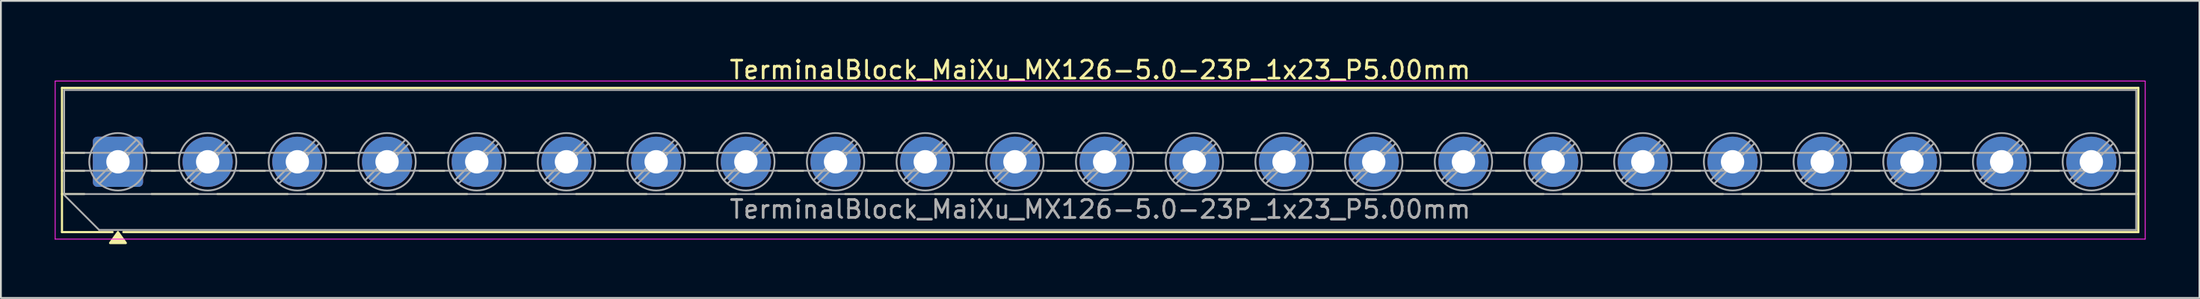
<source format=kicad_pcb>
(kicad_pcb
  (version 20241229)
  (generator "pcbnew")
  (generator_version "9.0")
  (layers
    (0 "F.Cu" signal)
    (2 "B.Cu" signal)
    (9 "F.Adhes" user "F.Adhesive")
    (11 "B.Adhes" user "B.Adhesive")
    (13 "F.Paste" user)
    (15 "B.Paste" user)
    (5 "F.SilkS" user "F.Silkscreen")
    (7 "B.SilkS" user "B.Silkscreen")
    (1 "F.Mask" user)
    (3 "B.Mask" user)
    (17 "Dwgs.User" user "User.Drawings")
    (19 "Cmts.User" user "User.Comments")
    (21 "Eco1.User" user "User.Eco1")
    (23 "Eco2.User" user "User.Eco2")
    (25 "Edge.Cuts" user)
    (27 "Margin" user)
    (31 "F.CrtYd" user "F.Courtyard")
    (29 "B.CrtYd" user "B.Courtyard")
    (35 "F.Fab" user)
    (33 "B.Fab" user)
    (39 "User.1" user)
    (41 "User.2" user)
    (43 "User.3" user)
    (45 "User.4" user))
  (footprint "TerminalBlock_MaiXu_MX126-5.0-23P_1x23_P5.00mm"
    (layer "F.Cu")
    (at 3.525 5.968)
    (property "Reference" "TerminalBlock_MaiXu_MX126-5.0-23P_1x23_P5.00mm" (at 54.75 -5.12 0) (layer "F.SilkS") (effects (font (size 1 1) (thickness 0.15))))
    (attr through_hole)
    (fp_line (start -3.12 -4.12) (end 112.62 -4.12) (stroke (width 0.12) (type solid)) (layer "F.SilkS"))
    (fp_line (start -3.12 -0.5) (end -1.88 -0.5) (stroke (width 0.12) (type solid)) (layer "F.SilkS"))
    (fp_line (start -3.12 0.5) (end -1.88 0.5) (stroke (width 0.12) (type solid)) (layer "F.SilkS"))
    (fp_line (start -3.12 1.8) (end -1.88 1.8) (stroke (width 0.12) (type solid)) (layer "F.SilkS"))
    (fp_line (start -3.12 3.92) (end -3.12 -4.12) (stroke (width 0.12) (type solid)) (layer "F.SilkS"))
    (fp_line (start -0.3 3.92) (end -3.12 3.92) (stroke (width 0.12) (type solid)) (layer "F.SilkS"))
    (fp_line (start 1.88 -0.5) (end 3.188 -0.5) (stroke (width 0.12) (type solid)) (layer "F.SilkS"))
    (fp_line (start 1.88 0.5) (end 3.188 0.5) (stroke (width 0.12) (type solid)) (layer "F.SilkS"))
    (fp_line (start 1.88 1.8) (end 4.457 1.8) (stroke (width 0.12) (type solid)) (layer "F.SilkS"))
    (fp_line (start 5.543 1.8) (end 9.457 1.8) (stroke (width 0.12) (type solid)) (layer "F.SilkS"))
    (fp_line (start 6.812 -0.5) (end 8.188 -0.5) (stroke (width 0.12) (type solid)) (layer "F.SilkS"))
    (fp_line (start 6.812 0.5) (end 8.188 0.5) (stroke (width 0.12) (type solid)) (layer "F.SilkS"))
    (fp_line (start 10.543 1.8) (end 14.457 1.8) (stroke (width 0.12) (type solid)) (layer "F.SilkS"))
    (fp_line (start 11.812 -0.5) (end 13.188 -0.5) (stroke (width 0.12) (type solid)) (layer "F.SilkS"))
    (fp_line (start 11.812 0.5) (end 13.188 0.5) (stroke (width 0.12) (type solid)) (layer "F.SilkS"))
    (fp_line (start 15.543 1.8) (end 19.457 1.8) (stroke (width 0.12) (type solid)) (layer "F.SilkS"))
    (fp_line (start 16.812 -0.5) (end 18.188 -0.5) (stroke (width 0.12) (type solid)) (layer "F.SilkS"))
    (fp_line (start 16.812 0.5) (end 18.188 0.5) (stroke (width 0.12) (type solid)) (layer "F.SilkS"))
    (fp_line (start 20.543 1.8) (end 24.457 1.8) (stroke (width 0.12) (type solid)) (layer "F.SilkS"))
    (fp_line (start 21.812 -0.5) (end 23.188 -0.5) (stroke (width 0.12) (type solid)) (layer "F.SilkS"))
    (fp_line (start 21.812 0.5) (end 23.188 0.5) (stroke (width 0.12) (type solid)) (layer "F.SilkS"))
    (fp_line (start 25.543 1.8) (end 29.457 1.8) (stroke (width 0.12) (type solid)) (layer "F.SilkS"))
    (fp_line (start 26.812 -0.5) (end 28.188 -0.5) (stroke (width 0.12) (type solid)) (layer "F.SilkS"))
    (fp_line (start 26.812 0.5) (end 28.188 0.5) (stroke (width 0.12) (type solid)) (layer "F.SilkS"))
    (fp_line (start 30.543 1.8) (end 34.457 1.8) (stroke (width 0.12) (type solid)) (layer "F.SilkS"))
    (fp_line (start 31.812 -0.5) (end 33.188 -0.5) (stroke (width 0.12) (type solid)) (layer "F.SilkS"))
    (fp_line (start 31.812 0.5) (end 33.188 0.5) (stroke (width 0.12) (type solid)) (layer "F.SilkS"))
    (fp_line (start 35.543 1.8) (end 39.457 1.8) (stroke (width 0.12) (type solid)) (layer "F.SilkS"))
    (fp_line (start 36.812 -0.5) (end 38.188 -0.5) (stroke (width 0.12) (type solid)) (layer "F.SilkS"))
    (fp_line (start 36.812 0.5) (end 38.188 0.5) (stroke (width 0.12) (type solid)) (layer "F.SilkS"))
    (fp_line (start 40.543 1.8) (end 44.457 1.8) (stroke (width 0.12) (type solid)) (layer "F.SilkS"))
    (fp_line (start 41.812 -0.5) (end 43.188 -0.5) (stroke (width 0.12) (type solid)) (layer "F.SilkS"))
    (fp_line (start 41.812 0.5) (end 43.188 0.5) (stroke (width 0.12) (type solid)) (layer "F.SilkS"))
    (fp_line (start 45.543 1.8) (end 49.457 1.8) (stroke (width 0.12) (type solid)) (layer "F.SilkS"))
    (fp_line (start 46.812 -0.5) (end 48.188 -0.5) (stroke (width 0.12) (type solid)) (layer "F.SilkS"))
    (fp_line (start 46.812 0.5) (end 48.188 0.5) (stroke (width 0.12) (type solid)) (layer "F.SilkS"))
    (fp_line (start 50.543 1.8) (end 54.457 1.8) (stroke (width 0.12) (type solid)) (layer "F.SilkS"))
    (fp_line (start 51.812 -0.5) (end 53.188 -0.5) (stroke (width 0.12) (type solid)) (layer "F.SilkS"))
    (fp_line (start 51.812 0.5) (end 53.188 0.5) (stroke (width 0.12) (type solid)) (layer "F.SilkS"))
    (fp_line (start 55.543 1.8) (end 59.457 1.8) (stroke (width 0.12) (type solid)) (layer "F.SilkS"))
    (fp_line (start 56.812 -0.5) (end 58.188 -0.5) (stroke (width 0.12) (type solid)) (layer "F.SilkS"))
    (fp_line (start 56.812 0.5) (end 58.188 0.5) (stroke (width 0.12) (type solid)) (layer "F.SilkS"))
    (fp_line (start 60.543 1.8) (end 64.457 1.8) (stroke (width 0.12) (type solid)) (layer "F.SilkS"))
    (fp_line (start 61.812 -0.5) (end 63.188 -0.5) (stroke (width 0.12) (type solid)) (layer "F.SilkS"))
    (fp_line (start 61.812 0.5) (end 63.188 0.5) (stroke (width 0.12) (type solid)) (layer "F.SilkS"))
    (fp_line (start 65.543 1.8) (end 69.457 1.8) (stroke (width 0.12) (type solid)) (layer "F.SilkS"))
    (fp_line (start 66.812 -0.5) (end 68.188 -0.5) (stroke (width 0.12) (type solid)) (layer "F.SilkS"))
    (fp_line (start 66.812 0.5) (end 68.188 0.5) (stroke (width 0.12) (type solid)) (layer "F.SilkS"))
    (fp_line (start 70.543 1.8) (end 74.457 1.8) (stroke (width 0.12) (type solid)) (layer "F.SilkS"))
    (fp_line (start 71.812 -0.5) (end 73.188 -0.5) (stroke (width 0.12) (type solid)) (layer "F.SilkS"))
    (fp_line (start 71.812 0.5) (end 73.188 0.5) (stroke (width 0.12) (type solid)) (layer "F.SilkS"))
    (fp_line (start 75.543 1.8) (end 79.457 1.8) (stroke (width 0.12) (type solid)) (layer "F.SilkS"))
    (fp_line (start 76.812 -0.5) (end 78.188 -0.5) (stroke (width 0.12) (type solid)) (layer "F.SilkS"))
    (fp_line (start 76.812 0.5) (end 78.188 0.5) (stroke (width 0.12) (type solid)) (layer "F.SilkS"))
    (fp_line (start 80.543 1.8) (end 84.457 1.8) (stroke (width 0.12) (type solid)) (layer "F.SilkS"))
    (fp_line (start 81.812 -0.5) (end 83.188 -0.5) (stroke (width 0.12) (type solid)) (layer "F.SilkS"))
    (fp_line (start 81.812 0.5) (end 83.188 0.5) (stroke (width 0.12) (type solid)) (layer "F.SilkS"))
    (fp_line (start 85.543 1.8) (end 89.457 1.8) (stroke (width 0.12) (type solid)) (layer "F.SilkS"))
    (fp_line (start 86.812 -0.5) (end 88.188 -0.5) (stroke (width 0.12) (type solid)) (layer "F.SilkS"))
    (fp_line (start 86.812 0.5) (end 88.188 0.5) (stroke (width 0.12) (type solid)) (layer "F.SilkS"))
    (fp_line (start 90.543 1.8) (end 94.457 1.8) (stroke (width 0.12) (type solid)) (layer "F.SilkS"))
    (fp_line (start 91.812 -0.5) (end 93.188 -0.5) (stroke (width 0.12) (type solid)) (layer "F.SilkS"))
    (fp_line (start 91.812 0.5) (end 93.188 0.5) (stroke (width 0.12) (type solid)) (layer "F.SilkS"))
    (fp_line (start 95.543 1.8) (end 99.457 1.8) (stroke (width 0.12) (type solid)) (layer "F.SilkS"))
    (fp_line (start 96.812 -0.5) (end 98.188 -0.5) (stroke (width 0.12) (type solid)) (layer "F.SilkS"))
    (fp_line (start 96.812 0.5) (end 98.188 0.5) (stroke (width 0.12) (type solid)) (layer "F.SilkS"))
    (fp_line (start 100.543 1.8) (end 104.457 1.8) (stroke (width 0.12) (type solid)) (layer "F.SilkS"))
    (fp_line (start 101.812 -0.5) (end 103.188 -0.5) (stroke (width 0.12) (type solid)) (layer "F.SilkS"))
    (fp_line (start 101.812 0.5) (end 103.188 0.5) (stroke (width 0.12) (type solid)) (layer "F.SilkS"))
    (fp_line (start 105.543 1.8) (end 109.457 1.8) (stroke (width 0.12) (type solid)) (layer "F.SilkS"))
    (fp_line (start 106.812 -0.5) (end 108.188 -0.5) (stroke (width 0.12) (type solid)) (layer "F.SilkS"))
    (fp_line (start 106.812 0.5) (end 108.188 0.5) (stroke (width 0.12) (type solid)) (layer "F.SilkS"))
    (fp_line (start 110.543 1.8) (end 112.62 1.8) (stroke (width 0.12) (type solid)) (layer "F.SilkS"))
    (fp_line (start 111.812 -0.5) (end 112.62 -0.5) (stroke (width 0.12) (type solid)) (layer "F.SilkS"))
    (fp_line (start 111.812 0.5) (end 112.62 0.5) (stroke (width 0.12) (type solid)) (layer "F.SilkS"))
    (fp_line (start 112.62 -4.12) (end 112.62 3.92) (stroke (width 0.12) (type solid)) (layer "F.SilkS"))
    (fp_line (start 112.62 3.92) (end 0.3 3.92) (stroke (width 0.12) (type solid)) (layer "F.SilkS"))
    (fp_poly (pts (xy 0 3.92) (xy 0.44 4.53) (xy -0.44 4.53)) (stroke (width 0.12) (type solid)) (fill yes) (layer "F.SilkS"))
    (fp_line (start -3.5 -4.5) (end -3.5 4.31) (stroke (width 0.05) (type solid)) (layer "F.CrtYd"))
    (fp_line (start -3.5 4.31) (end 113 4.31) (stroke (width 0.05) (type solid)) (layer "F.CrtYd"))
    (fp_line (start 113 -4.5) (end -3.5 -4.5) (stroke (width 0.05) (type solid)) (layer "F.CrtYd"))
    (fp_line (start 113 4.31) (end 113 -4.5) (stroke (width 0.05) (type solid)) (layer "F.CrtYd"))
    (fp_line (start -3 -4) (end 112.5 -4) (stroke (width 0.1) (type solid)) (layer "F.Fab"))
    (fp_line (start -3 -0.5) (end 112.5 -0.5) (stroke (width 0.1) (type solid)) (layer "F.Fab"))
    (fp_line (start -3 0.5) (end 112.5 0.5) (stroke (width 0.1) (type solid)) (layer "F.Fab"))
    (fp_line (start -3 1.8) (end 112.5 1.8) (stroke (width 0.1) (type solid)) (layer "F.Fab"))
    (fp_line (start -3 1.85) (end -3 -4) (stroke (width 0.1) (type solid)) (layer "F.Fab"))
    (fp_line (start -1.05 3.8) (end -3 1.85) (stroke (width 0.1) (type solid)) (layer "F.Fab"))
    (fp_line (start 1.018 -1.213) (end -1.213 1.018) (stroke (width 0.1) (type solid)) (layer "F.Fab"))
    (fp_line (start 1.213 -1.018) (end -1.018 1.213) (stroke (width 0.1) (type solid)) (layer "F.Fab"))
    (fp_line (start 6.018 -1.213) (end 3.787 1.018) (stroke (width 0.1) (type solid)) (layer "F.Fab"))
    (fp_line (start 6.213 -1.018) (end 3.982 1.213) (stroke (width 0.1) (type solid)) (layer "F.Fab"))
    (fp_line (start 11.018 -1.213) (end 8.787 1.018) (stroke (width 0.1) (type solid)) (layer "F.Fab"))
    (fp_line (start 11.213 -1.018) (end 8.982 1.213) (stroke (width 0.1) (type solid)) (layer "F.Fab"))
    (fp_line (start 16.018 -1.213) (end 13.787 1.018) (stroke (width 0.1) (type solid)) (layer "F.Fab"))
    (fp_line (start 16.213 -1.018) (end 13.982 1.213) (stroke (width 0.1) (type solid)) (layer "F.Fab"))
    (fp_line (start 21.018 -1.213) (end 18.787 1.018) (stroke (width 0.1) (type solid)) (layer "F.Fab"))
    (fp_line (start 21.213 -1.018) (end 18.982 1.213) (stroke (width 0.1) (type solid)) (layer "F.Fab"))
    (fp_line (start 26.018 -1.213) (end 23.787 1.018) (stroke (width 0.1) (type solid)) (layer "F.Fab"))
    (fp_line (start 26.213 -1.018) (end 23.982 1.213) (stroke (width 0.1) (type solid)) (layer "F.Fab"))
    (fp_line (start 31.018 -1.213) (end 28.787 1.018) (stroke (width 0.1) (type solid)) (layer "F.Fab"))
    (fp_line (start 31.213 -1.018) (end 28.982 1.213) (stroke (width 0.1) (type solid)) (layer "F.Fab"))
    (fp_line (start 36.018 -1.213) (end 33.787 1.018) (stroke (width 0.1) (type solid)) (layer "F.Fab"))
    (fp_line (start 36.213 -1.018) (end 33.982 1.213) (stroke (width 0.1) (type solid)) (layer "F.Fab"))
    (fp_line (start 41.018 -1.213) (end 38.787 1.018) (stroke (width 0.1) (type solid)) (layer "F.Fab"))
    (fp_line (start 41.213 -1.018) (end 38.982 1.213) (stroke (width 0.1) (type solid)) (layer "F.Fab"))
    (fp_line (start 46.018 -1.213) (end 43.787 1.018) (stroke (width 0.1) (type solid)) (layer "F.Fab"))
    (fp_line (start 46.213 -1.018) (end 43.982 1.213) (stroke (width 0.1) (type solid)) (layer "F.Fab"))
    (fp_line (start 51.018 -1.213) (end 48.787 1.018) (stroke (width 0.1) (type solid)) (layer "F.Fab"))
    (fp_line (start 51.213 -1.018) (end 48.982 1.213) (stroke (width 0.1) (type solid)) (layer "F.Fab"))
    (fp_line (start 56.018 -1.213) (end 53.787 1.018) (stroke (width 0.1) (type solid)) (layer "F.Fab"))
    (fp_line (start 56.213 -1.018) (end 53.982 1.213) (stroke (width 0.1) (type solid)) (layer "F.Fab"))
    (fp_line (start 61.018 -1.213) (end 58.787 1.018) (stroke (width 0.1) (type solid)) (layer "F.Fab"))
    (fp_line (start 61.213 -1.018) (end 58.982 1.213) (stroke (width 0.1) (type solid)) (layer "F.Fab"))
    (fp_line (start 66.018 -1.213) (end 63.787 1.018) (stroke (width 0.1) (type solid)) (layer "F.Fab"))
    (fp_line (start 66.213 -1.018) (end 63.982 1.213) (stroke (width 0.1) (type solid)) (layer "F.Fab"))
    (fp_line (start 71.018 -1.213) (end 68.787 1.018) (stroke (width 0.1) (type solid)) (layer "F.Fab"))
    (fp_line (start 71.213 -1.018) (end 68.982 1.213) (stroke (width 0.1) (type solid)) (layer "F.Fab"))
    (fp_line (start 76.018 -1.213) (end 73.787 1.018) (stroke (width 0.1) (type solid)) (layer "F.Fab"))
    (fp_line (start 76.213 -1.018) (end 73.982 1.213) (stroke (width 0.1) (type solid)) (layer "F.Fab"))
    (fp_line (start 81.018 -1.213) (end 78.787 1.018) (stroke (width 0.1) (type solid)) (layer "F.Fab"))
    (fp_line (start 81.213 -1.018) (end 78.982 1.213) (stroke (width 0.1) (type solid)) (layer "F.Fab"))
    (fp_line (start 86.018 -1.213) (end 83.787 1.018) (stroke (width 0.1) (type solid)) (layer "F.Fab"))
    (fp_line (start 86.213 -1.018) (end 83.982 1.213) (stroke (width 0.1) (type solid)) (layer "F.Fab"))
    (fp_line (start 91.018 -1.213) (end 88.787 1.018) (stroke (width 0.1) (type solid)) (layer "F.Fab"))
    (fp_line (start 91.213 -1.018) (end 88.982 1.213) (stroke (width 0.1) (type solid)) (layer "F.Fab"))
    (fp_line (start 96.018 -1.213) (end 93.787 1.018) (stroke (width 0.1) (type solid)) (layer "F.Fab"))
    (fp_line (start 96.213 -1.018) (end 93.982 1.213) (stroke (width 0.1) (type solid)) (layer "F.Fab"))
    (fp_line (start 101.018 -1.213) (end 98.787 1.018) (stroke (width 0.1) (type solid)) (layer "F.Fab"))
    (fp_line (start 101.213 -1.018) (end 98.982 1.213) (stroke (width 0.1) (type solid)) (layer "F.Fab"))
    (fp_line (start 106.018 -1.213) (end 103.787 1.018) (stroke (width 0.1) (type solid)) (layer "F.Fab"))
    (fp_line (start 106.213 -1.018) (end 103.982 1.213) (stroke (width 0.1) (type solid)) (layer "F.Fab"))
    (fp_line (start 111.018 -1.213) (end 108.787 1.018) (stroke (width 0.1) (type solid)) (layer "F.Fab"))
    (fp_line (start 111.213 -1.018) (end 108.982 1.213) (stroke (width 0.1) (type solid)) (layer "F.Fab"))
    (fp_line (start 112.5 -4) (end 112.5 3.8) (stroke (width 0.1) (type solid)) (layer "F.Fab"))
    (fp_line (start 112.5 3.8) (end -1.05 3.8) (stroke (width 0.1) (type solid)) (layer "F.Fab"))
    (fp_circle (center 0 0) (end 1.6 0) (stroke (width 0.1) (type solid)) (fill no) (layer "F.Fab"))
    (fp_circle (center 5 0) (end 6.6 0) (stroke (width 0.1) (type solid)) (fill no) (layer "F.Fab"))
    (fp_circle (center 10 0) (end 11.6 0) (stroke (width 0.1) (type solid)) (fill no) (layer "F.Fab"))
    (fp_circle (center 15 0) (end 16.6 0) (stroke (width 0.1) (type solid)) (fill no) (layer "F.Fab"))
    (fp_circle (center 20 0) (end 21.6 0) (stroke (width 0.1) (type solid)) (fill no) (layer "F.Fab"))
    (fp_circle (center 25 0) (end 26.6 0) (stroke (width 0.1) (type solid)) (fill no) (layer "F.Fab"))
    (fp_circle (center 30 0) (end 31.6 0) (stroke (width 0.1) (type solid)) (fill no) (layer "F.Fab"))
    (fp_circle (center 35 0) (end 36.6 0) (stroke (width 0.1) (type solid)) (fill no) (layer "F.Fab"))
    (fp_circle (center 40 0) (end 41.6 0) (stroke (width 0.1) (type solid)) (fill no) (layer "F.Fab"))
    (fp_circle (center 45 0) (end 46.6 0) (stroke (width 0.1) (type solid)) (fill no) (layer "F.Fab"))
    (fp_circle (center 50 0) (end 51.6 0) (stroke (width 0.1) (type solid)) (fill no) (layer "F.Fab"))
    (fp_circle (center 55 0) (end 56.6 0) (stroke (width 0.1) (type solid)) (fill no) (layer "F.Fab"))
    (fp_circle (center 60 0) (end 61.6 0) (stroke (width 0.1) (type solid)) (fill no) (layer "F.Fab"))
    (fp_circle (center 65 0) (end 66.6 0) (stroke (width 0.1) (type solid)) (fill no) (layer "F.Fab"))
    (fp_circle (center 70 0) (end 71.6 0) (stroke (width 0.1) (type solid)) (fill no) (layer "F.Fab"))
    (fp_circle (center 75 0) (end 76.6 0) (stroke (width 0.1) (type solid)) (fill no) (layer "F.Fab"))
    (fp_circle (center 80 0) (end 81.6 0) (stroke (width 0.1) (type solid)) (fill no) (layer "F.Fab"))
    (fp_circle (center 85 0) (end 86.6 0) (stroke (width 0.1) (type solid)) (fill no) (layer "F.Fab"))
    (fp_circle (center 90 0) (end 91.6 0) (stroke (width 0.1) (type solid)) (fill no) (layer "F.Fab"))
    (fp_circle (center 95 0) (end 96.6 0) (stroke (width 0.1) (type solid)) (fill no) (layer "F.Fab"))
    (fp_circle (center 100 0) (end 101.6 0) (stroke (width 0.1) (type solid)) (fill no) (layer "F.Fab"))
    (fp_circle (center 105 0) (end 106.6 0) (stroke (width 0.1) (type solid)) (fill no) (layer "F.Fab"))
    (fp_circle (center 110 0) (end 111.6 0) (stroke (width 0.1) (type solid)) (fill no) (layer "F.Fab"))
    (fp_text user "${REFERENCE}" (at 54.75 2.65 0) (layer "F.Fab") (effects (font (size 1 1) (thickness 0.15))))
    (pad "1" thru_hole roundrect (at 0 0) (size 2.8 2.8) (drill 1.3) (layers "*.Cu" "*.Mask") (roundrect_rratio 0.089))
    (pad "2" thru_hole circle (at 5 0) (size 2.8 2.8) (drill 1.3) (layers "*.Cu" "*.Mask"))
    (pad "3" thru_hole circle (at 10 0) (size 2.8 2.8) (drill 1.3) (layers "*.Cu" "*.Mask"))
    (pad "4" thru_hole circle (at 15 0) (size 2.8 2.8) (drill 1.3) (layers "*.Cu" "*.Mask"))
    (pad "5" thru_hole circle (at 20 0) (size 2.8 2.8) (drill 1.3) (layers "*.Cu" "*.Mask"))
    (pad "6" thru_hole circle (at 25 0) (size 2.8 2.8) (drill 1.3) (layers "*.Cu" "*.Mask"))
    (pad "7" thru_hole circle (at 30 0) (size 2.8 2.8) (drill 1.3) (layers "*.Cu" "*.Mask"))
    (pad "8" thru_hole circle (at 35 0) (size 2.8 2.8) (drill 1.3) (layers "*.Cu" "*.Mask"))
    (pad "9" thru_hole circle (at 40 0) (size 2.8 2.8) (drill 1.3) (layers "*.Cu" "*.Mask"))
    (pad "10" thru_hole circle (at 45 0) (size 2.8 2.8) (drill 1.3) (layers "*.Cu" "*.Mask"))
    (pad "11" thru_hole circle (at 50 0) (size 2.8 2.8) (drill 1.3) (layers "*.Cu" "*.Mask"))
    (pad "12" thru_hole circle (at 55 0) (size 2.8 2.8) (drill 1.3) (layers "*.Cu" "*.Mask"))
    (pad "13" thru_hole circle (at 60 0) (size 2.8 2.8) (drill 1.3) (layers "*.Cu" "*.Mask"))
    (pad "14" thru_hole circle (at 65 0) (size 2.8 2.8) (drill 1.3) (layers "*.Cu" "*.Mask"))
    (pad "15" thru_hole circle (at 70 0) (size 2.8 2.8) (drill 1.3) (layers "*.Cu" "*.Mask"))
    (pad "16" thru_hole circle (at 75 0) (size 2.8 2.8) (drill 1.3) (layers "*.Cu" "*.Mask"))
    (pad "17" thru_hole circle (at 80 0) (size 2.8 2.8) (drill 1.3) (layers "*.Cu" "*.Mask"))
    (pad "18" thru_hole circle (at 85 0) (size 2.8 2.8) (drill 1.3) (layers "*.Cu" "*.Mask"))
    (pad "19" thru_hole circle (at 90 0) (size 2.8 2.8) (drill 1.3) (layers "*.Cu" "*.Mask"))
    (pad "20" thru_hole circle (at 95 0) (size 2.8 2.8) (drill 1.3) (layers "*.Cu" "*.Mask"))
    (pad "21" thru_hole circle (at 100 0) (size 2.8 2.8) (drill 1.3) (layers "*.Cu" "*.Mask"))
    (pad "22" thru_hole circle (at 105 0) (size 2.8 2.8) (drill 1.3) (layers "*.Cu" "*.Mask"))
    (pad "23" thru_hole circle (at 110 0) (size 2.8 2.8) (drill 1.3) (layers "*.Cu" "*.Mask")))
  (gr_rect
    (start -3 -3)
    (end 119.55 13.558)
    (stroke (width 0.1) (type default))
    (fill no)
    (layer "Edge.Cuts")))
</source>
